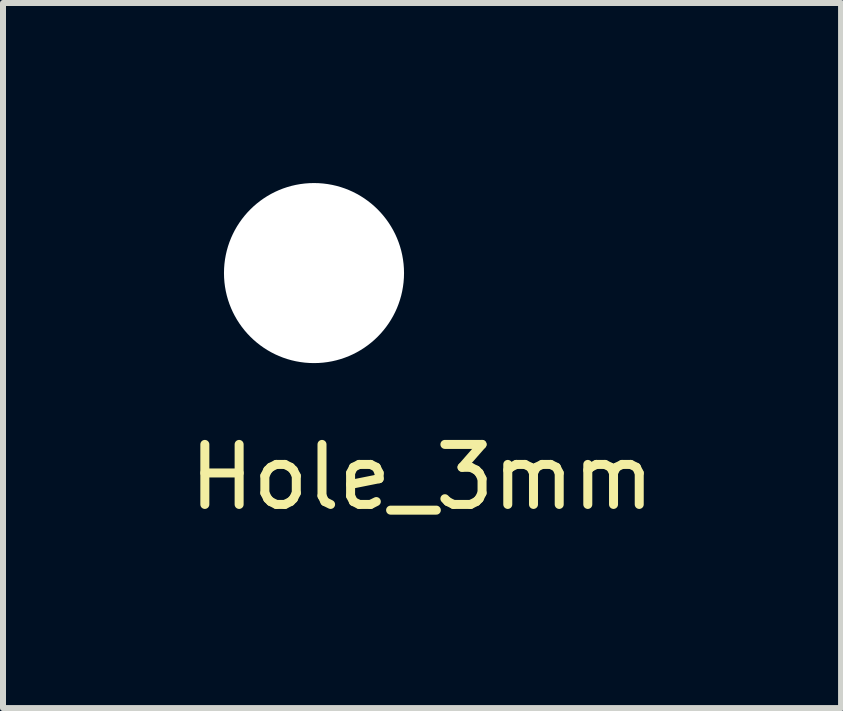
<source format=kicad_pcb>
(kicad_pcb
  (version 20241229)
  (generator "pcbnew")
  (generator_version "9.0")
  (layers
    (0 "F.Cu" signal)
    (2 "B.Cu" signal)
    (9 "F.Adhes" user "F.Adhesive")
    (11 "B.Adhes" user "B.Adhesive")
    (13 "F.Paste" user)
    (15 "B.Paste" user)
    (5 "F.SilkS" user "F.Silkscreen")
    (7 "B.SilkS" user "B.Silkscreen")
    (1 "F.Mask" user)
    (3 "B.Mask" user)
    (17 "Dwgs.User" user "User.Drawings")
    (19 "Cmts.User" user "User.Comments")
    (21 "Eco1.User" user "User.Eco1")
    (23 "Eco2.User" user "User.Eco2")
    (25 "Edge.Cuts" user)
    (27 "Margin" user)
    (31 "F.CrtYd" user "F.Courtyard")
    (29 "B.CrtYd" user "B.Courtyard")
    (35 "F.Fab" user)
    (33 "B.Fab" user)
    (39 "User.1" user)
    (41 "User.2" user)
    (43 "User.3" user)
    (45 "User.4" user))
  (footprint "Hole_3mm"
    (layer "F.Cu")
    (at 2.182 1.5)
    (property "Reference" "Hole_3mm" (at 1.8 3.4 0) (layer "F.SilkS") (effects (font (size 1 1) (thickness 0.15))))
    (attr through_hole)
    (pad "" np_thru_hole circle (at 0 0) (size 3 3) (drill 3) (layers "*.Cu" "*.Mask")))
  (gr_rect
    (start -3 -3)
    (end 10.964 8.748)
    (stroke (width 0.1) (type default))
    (fill no)
    (layer "Edge.Cuts")))
</source>
